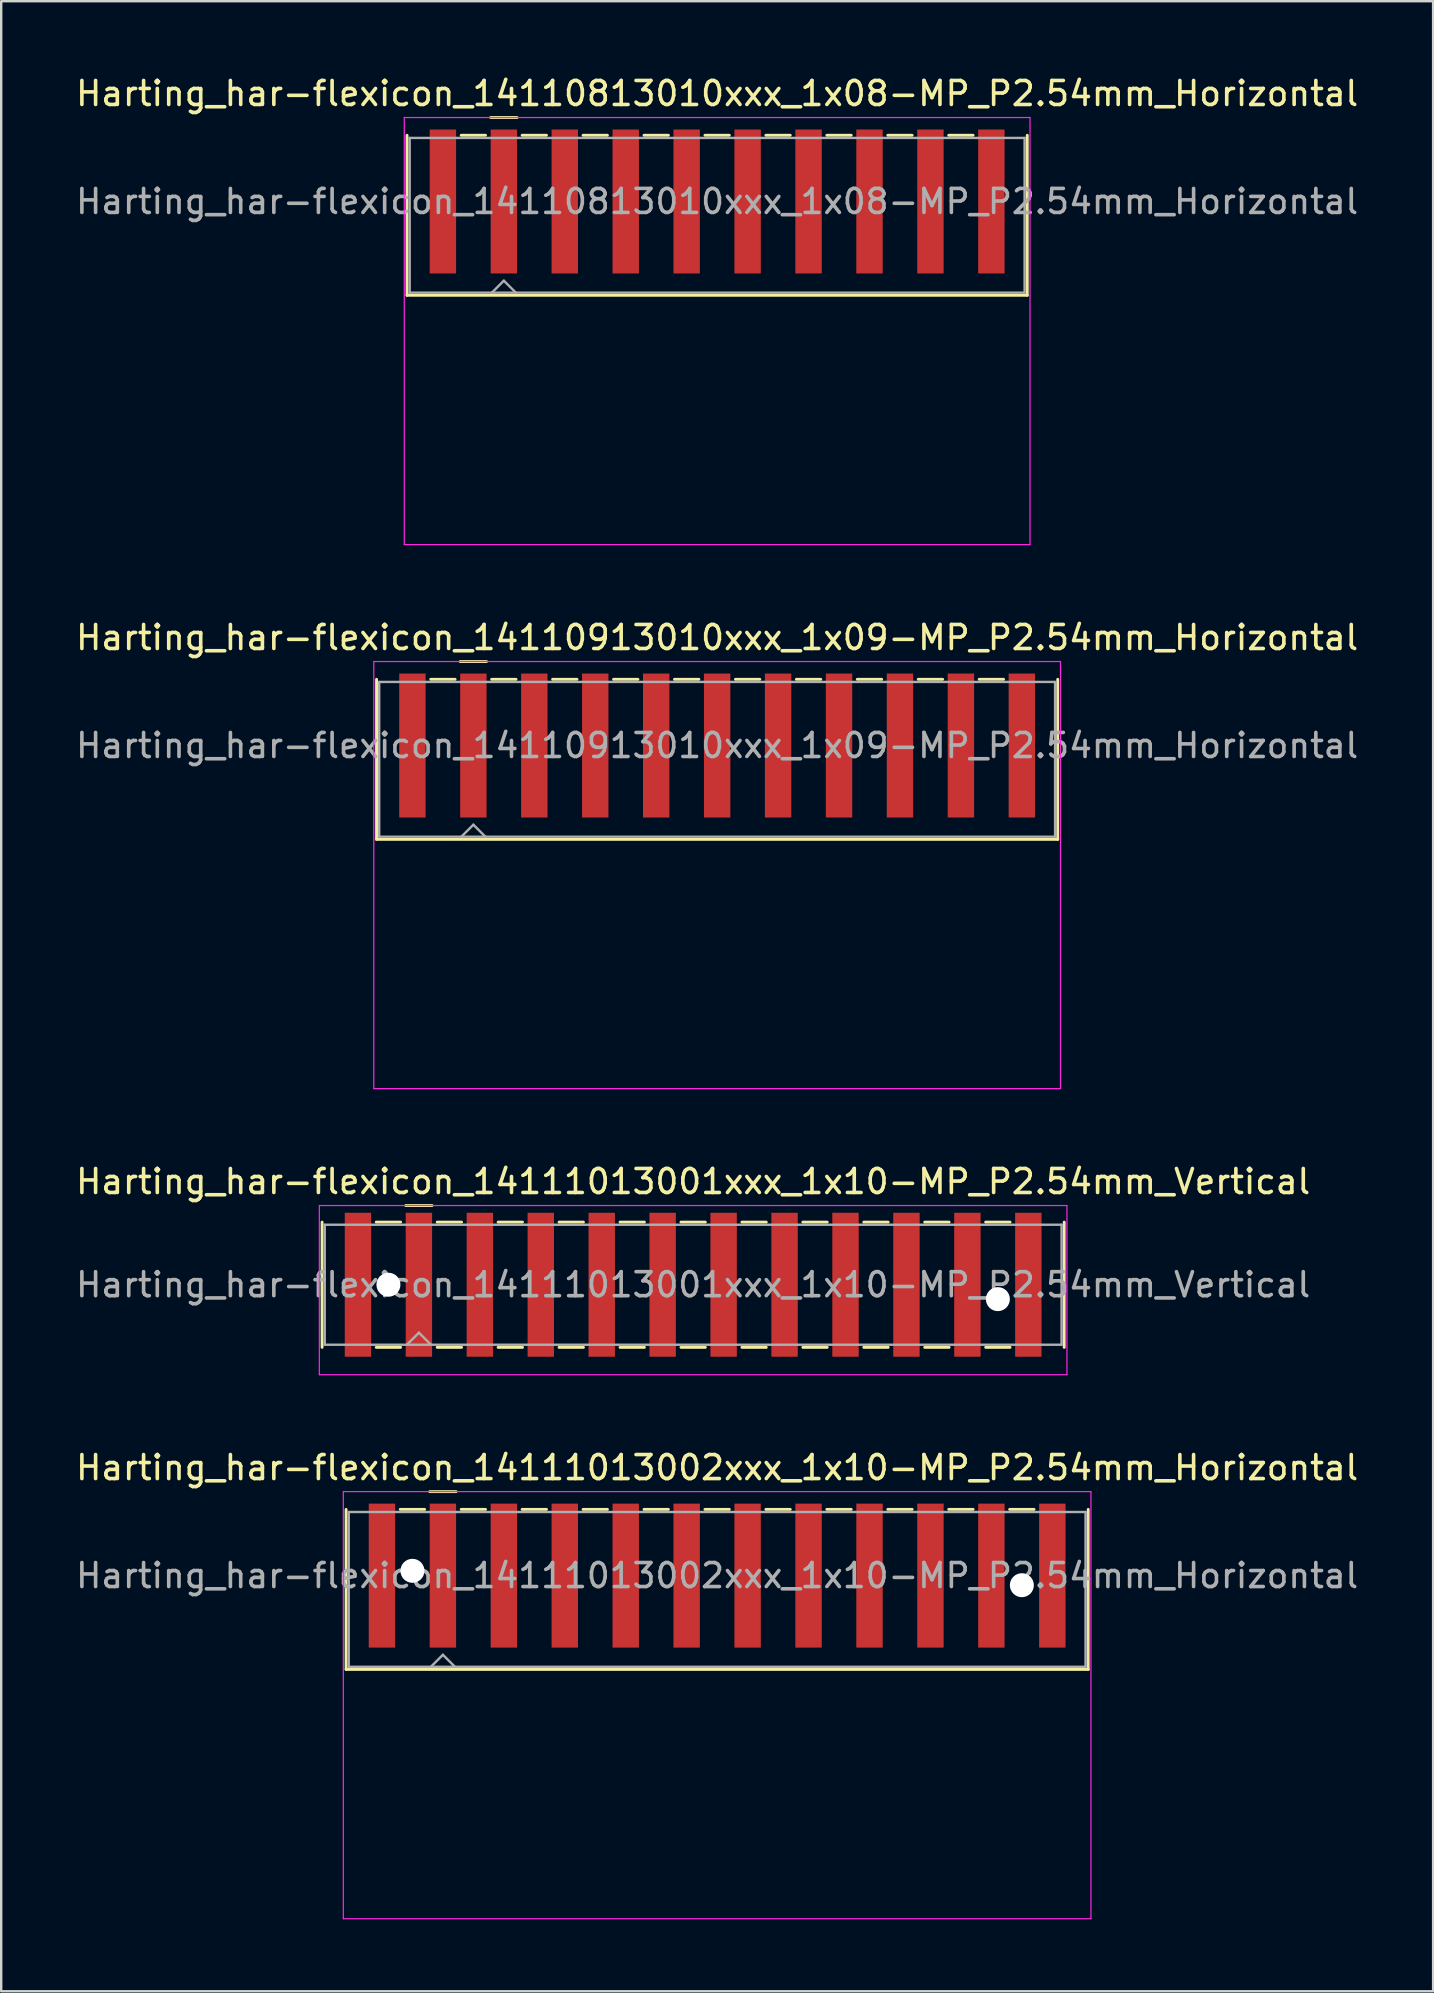
<source format=kicad_pcb>
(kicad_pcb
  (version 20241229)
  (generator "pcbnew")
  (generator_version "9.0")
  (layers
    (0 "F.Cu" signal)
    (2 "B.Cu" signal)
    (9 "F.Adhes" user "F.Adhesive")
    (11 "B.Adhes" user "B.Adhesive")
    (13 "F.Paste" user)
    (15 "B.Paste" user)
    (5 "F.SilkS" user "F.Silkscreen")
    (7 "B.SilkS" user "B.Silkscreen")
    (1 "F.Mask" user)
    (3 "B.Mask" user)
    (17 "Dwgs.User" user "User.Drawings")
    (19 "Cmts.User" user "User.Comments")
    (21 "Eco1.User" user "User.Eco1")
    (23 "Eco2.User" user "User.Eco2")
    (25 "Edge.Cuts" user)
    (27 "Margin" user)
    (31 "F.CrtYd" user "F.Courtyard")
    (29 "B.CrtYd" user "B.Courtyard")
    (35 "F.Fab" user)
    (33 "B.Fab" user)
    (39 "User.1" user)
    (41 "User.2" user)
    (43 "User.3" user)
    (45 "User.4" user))
  (footprint "Harting_har-flexicon_14110913010xxx_1x09-MP_P2.54mm_Horizontal"
    (layer "F.Cu")
    (at 26.839 29.322)
    (property "Reference" "Harting_har-flexicon_14110913010xxx_1x09-MP_P2.54mm_Horizontal" (at 0 -5.8 0) (layer "F.SilkS") (effects (font (size 1 1) (thickness 0.15))))
    (attr smd)
    (fp_line (start -14.195 -4.06) (end -14.195 2.61) (stroke (width 0.12) (type solid)) (layer "F.SilkS"))
    (fp_line (start -11.938 -4.06) (end -10.922 -4.06) (stroke (width 0.12) (type solid)) (layer "F.SilkS"))
    (fp_line (start -10.71 -4.8) (end -9.61 -4.8) (stroke (width 0.12) (type solid)) (layer "F.SilkS"))
    (fp_line (start -9.398 -4.06) (end -8.382 -4.06) (stroke (width 0.12) (type solid)) (layer "F.SilkS"))
    (fp_line (start -6.858 -4.06) (end -5.842 -4.06) (stroke (width 0.12) (type solid)) (layer "F.SilkS"))
    (fp_line (start -4.318 -4.06) (end -3.302 -4.06) (stroke (width 0.12) (type solid)) (layer "F.SilkS"))
    (fp_line (start -1.778 -4.06) (end -0.762 -4.06) (stroke (width 0.12) (type solid)) (layer "F.SilkS"))
    (fp_line (start 0.762 -4.06) (end 1.778 -4.06) (stroke (width 0.12) (type solid)) (layer "F.SilkS"))
    (fp_line (start 3.302 -4.06) (end 4.318 -4.06) (stroke (width 0.12) (type solid)) (layer "F.SilkS"))
    (fp_line (start 5.842 -4.06) (end 6.858 -4.06) (stroke (width 0.12) (type solid)) (layer "F.SilkS"))
    (fp_line (start 8.382 -4.06) (end 9.398 -4.06) (stroke (width 0.12) (type solid)) (layer "F.SilkS"))
    (fp_line (start 10.922 -4.06) (end 11.938 -4.06) (stroke (width 0.12) (type solid)) (layer "F.SilkS"))
    (fp_line (start 14.195 -4.06) (end 14.195 2.61) (stroke (width 0.12) (type solid)) (layer "F.SilkS"))
    (fp_line (start 14.195 2.61) (end -14.195 2.61) (stroke (width 0.12) (type solid)) (layer "F.SilkS"))
    (fp_line (start -14.31 -4.8) (end -14.31 13) (stroke (width 0.05) (type solid)) (layer "F.CrtYd"))
    (fp_line (start -14.31 13) (end 14.31 13) (stroke (width 0.05) (type solid)) (layer "F.CrtYd"))
    (fp_line (start 14.31 -4.8) (end -14.31 -4.8) (stroke (width 0.05) (type solid)) (layer "F.CrtYd"))
    (fp_line (start 14.31 13) (end 14.31 -4.8) (stroke (width 0.05) (type solid)) (layer "F.CrtYd"))
    (fp_line (start -14.085 -3.95) (end -14.085 2.5) (stroke (width 0.1) (type solid)) (layer "F.Fab"))
    (fp_line (start -14.085 2.5) (end 14.085 2.5) (stroke (width 0.1) (type solid)) (layer "F.Fab"))
    (fp_line (start -10.66 2.5) (end -10.16 2) (stroke (width 0.1) (type solid)) (layer "F.Fab"))
    (fp_line (start -10.16 2) (end -9.66 2.5) (stroke (width 0.1) (type solid)) (layer "F.Fab"))
    (fp_line (start 14.085 -3.95) (end -14.085 -3.95) (stroke (width 0.1) (type solid)) (layer "F.Fab"))
    (fp_line (start 14.085 2.5) (end 14.085 -3.95) (stroke (width 0.1) (type solid)) (layer "F.Fab"))
    (fp_text user "${REFERENCE}" (at 0 -1.3 0) (layer "F.Fab") (effects (font (size 1 1) (thickness 0.15))))
    (pad "1" smd rect (at -10.16 -1.3) (size 1.1 6) (layers "F.Cu" "F.Mask" "F.Paste"))
    (pad "2" smd rect (at -7.62 -1.3) (size 1.1 6) (layers "F.Cu" "F.Mask" "F.Paste"))
    (pad "3" smd rect (at -5.08 -1.3) (size 1.1 6) (layers "F.Cu" "F.Mask" "F.Paste"))
    (pad "4" smd rect (at -2.54 -1.3) (size 1.1 6) (layers "F.Cu" "F.Mask" "F.Paste"))
    (pad "5" smd rect (at 0 -1.3) (size 1.1 6) (layers "F.Cu" "F.Mask" "F.Paste"))
    (pad "6" smd rect (at 2.54 -1.3) (size 1.1 6) (layers "F.Cu" "F.Mask" "F.Paste"))
    (pad "7" smd rect (at 5.08 -1.3) (size 1.1 6) (layers "F.Cu" "F.Mask" "F.Paste"))
    (pad "8" smd rect (at 7.62 -1.3) (size 1.1 6) (layers "F.Cu" "F.Mask" "F.Paste"))
    (pad "9" smd rect (at 10.16 -1.3) (size 1.1 6) (layers "F.Cu" "F.Mask" "F.Paste"))
    (pad "MP" smd rect (at -12.7 -1.3) (size 1.1 6) (layers "F.Cu" "F.Mask" "F.Paste"))
    (pad "MP" smd rect (at 12.7 -1.3) (size 1.1 6) (layers "F.Cu" "F.Mask" "F.Paste")))
  (footprint "Harting_har-flexicon_14111013001xxx_1x10-MP_P2.54mm_Vertical"
    (layer "F.Cu")
    (at 25.839 50.495)
    (property "Reference" "Harting_har-flexicon_14111013001xxx_1x10-MP_P2.54mm_Vertical" (at 0 -4.3 0) (layer "F.SilkS") (effects (font (size 1 1) (thickness 0.15))))
    (attr smd)
    (fp_line (start -15.465 -2.61) (end -15.465 2.61) (stroke (width 0.12) (type solid)) (layer "F.SilkS"))
    (fp_line (start -13.208 -2.61) (end -12.192 -2.61) (stroke (width 0.12) (type solid)) (layer "F.SilkS"))
    (fp_line (start -13.208 2.61) (end -12.192 2.61) (stroke (width 0.12) (type solid)) (layer "F.SilkS"))
    (fp_line (start -11.98 -3.3) (end -10.88 -3.3) (stroke (width 0.12) (type solid)) (layer "F.SilkS"))
    (fp_line (start -10.668 -2.61) (end -9.652 -2.61) (stroke (width 0.12) (type solid)) (layer "F.SilkS"))
    (fp_line (start -10.668 2.61) (end -9.652 2.61) (stroke (width 0.12) (type solid)) (layer "F.SilkS"))
    (fp_line (start -8.128 -2.61) (end -7.112 -2.61) (stroke (width 0.12) (type solid)) (layer "F.SilkS"))
    (fp_line (start -8.128 2.61) (end -7.112 2.61) (stroke (width 0.12) (type solid)) (layer "F.SilkS"))
    (fp_line (start -5.588 -2.61) (end -4.572 -2.61) (stroke (width 0.12) (type solid)) (layer "F.SilkS"))
    (fp_line (start -5.588 2.61) (end -4.572 2.61) (stroke (width 0.12) (type solid)) (layer "F.SilkS"))
    (fp_line (start -3.048 -2.61) (end -2.032 -2.61) (stroke (width 0.12) (type solid)) (layer "F.SilkS"))
    (fp_line (start -3.048 2.61) (end -2.032 2.61) (stroke (width 0.12) (type solid)) (layer "F.SilkS"))
    (fp_line (start -0.508 -2.61) (end 0.508 -2.61) (stroke (width 0.12) (type solid)) (layer "F.SilkS"))
    (fp_line (start -0.508 2.61) (end 0.508 2.61) (stroke (width 0.12) (type solid)) (layer "F.SilkS"))
    (fp_line (start 2.032 -2.61) (end 3.048 -2.61) (stroke (width 0.12) (type solid)) (layer "F.SilkS"))
    (fp_line (start 2.032 2.61) (end 3.048 2.61) (stroke (width 0.12) (type solid)) (layer "F.SilkS"))
    (fp_line (start 4.572 -2.61) (end 5.588 -2.61) (stroke (width 0.12) (type solid)) (layer "F.SilkS"))
    (fp_line (start 4.572 2.61) (end 5.588 2.61) (stroke (width 0.12) (type solid)) (layer "F.SilkS"))
    (fp_line (start 7.112 -2.61) (end 8.128 -2.61) (stroke (width 0.12) (type solid)) (layer "F.SilkS"))
    (fp_line (start 7.112 2.61) (end 8.128 2.61) (stroke (width 0.12) (type solid)) (layer "F.SilkS"))
    (fp_line (start 9.652 -2.61) (end 10.668 -2.61) (stroke (width 0.12) (type solid)) (layer "F.SilkS"))
    (fp_line (start 9.652 2.61) (end 10.668 2.61) (stroke (width 0.12) (type solid)) (layer "F.SilkS"))
    (fp_line (start 12.192 -2.61) (end 13.208 -2.61) (stroke (width 0.12) (type solid)) (layer "F.SilkS"))
    (fp_line (start 12.192 2.61) (end 13.208 2.61) (stroke (width 0.12) (type solid)) (layer "F.SilkS"))
    (fp_line (start 15.465 -2.61) (end 15.465 2.61) (stroke (width 0.12) (type solid)) (layer "F.SilkS"))
    (fp_line (start -15.58 -3.3) (end -15.58 3.75) (stroke (width 0.05) (type solid)) (layer "F.CrtYd"))
    (fp_line (start -15.58 3.75) (end 15.58 3.75) (stroke (width 0.05) (type solid)) (layer "F.CrtYd"))
    (fp_line (start 15.58 -3.3) (end -15.58 -3.3) (stroke (width 0.05) (type solid)) (layer "F.CrtYd"))
    (fp_line (start 15.58 3.75) (end 15.58 -3.3) (stroke (width 0.05) (type solid)) (layer "F.CrtYd"))
    (fp_line (start -15.355 -2.5) (end -15.355 2.5) (stroke (width 0.1) (type solid)) (layer "F.Fab"))
    (fp_line (start -15.355 2.5) (end 15.355 2.5) (stroke (width 0.1) (type solid)) (layer "F.Fab"))
    (fp_line (start -11.93 2.5) (end -11.43 2) (stroke (width 0.1) (type solid)) (layer "F.Fab"))
    (fp_line (start -11.43 2) (end -10.93 2.5) (stroke (width 0.1) (type solid)) (layer "F.Fab"))
    (fp_line (start 15.355 -2.5) (end -15.355 -2.5) (stroke (width 0.1) (type solid)) (layer "F.Fab"))
    (fp_line (start 15.355 2.5) (end 15.355 -2.5) (stroke (width 0.1) (type solid)) (layer "F.Fab"))
    (fp_text user "${REFERENCE}" (at 0 0 0) (layer "F.Fab") (effects (font (size 1 1) (thickness 0.15))))
    (pad "" np_thru_hole circle (at -12.7 0) (size 1 1) (drill 1) (layers "*.Cu" "*.Mask"))
    (pad "" np_thru_hole circle (at 12.7 0.6) (size 1 1) (drill 1) (layers "*.Cu" "*.Mask"))
    (pad "1" smd rect (at -11.43 0) (size 1.1 6) (layers "F.Cu" "F.Mask" "F.Paste"))
    (pad "2" smd rect (at -8.89 0) (size 1.1 6) (layers "F.Cu" "F.Mask" "F.Paste"))
    (pad "3" smd rect (at -6.35 0) (size 1.1 6) (layers "F.Cu" "F.Mask" "F.Paste"))
    (pad "4" smd rect (at -3.81 0) (size 1.1 6) (layers "F.Cu" "F.Mask" "F.Paste"))
    (pad "5" smd rect (at -1.27 0) (size 1.1 6) (layers "F.Cu" "F.Mask" "F.Paste"))
    (pad "6" smd rect (at 1.27 0) (size 1.1 6) (layers "F.Cu" "F.Mask" "F.Paste"))
    (pad "7" smd rect (at 3.81 0) (size 1.1 6) (layers "F.Cu" "F.Mask" "F.Paste"))
    (pad "8" smd rect (at 6.35 0) (size 1.1 6) (layers "F.Cu" "F.Mask" "F.Paste"))
    (pad "9" smd rect (at 8.89 0) (size 1.1 6) (layers "F.Cu" "F.Mask" "F.Paste"))
    (pad "10" smd rect (at 11.43 0) (size 1.1 6) (layers "F.Cu" "F.Mask" "F.Paste"))
    (pad "MP" smd rect (at -13.97 0) (size 1.1 6) (layers "F.Cu" "F.Mask" "F.Paste"))
    (pad "MP" smd rect (at 13.97 0) (size 1.1 6) (layers "F.Cu" "F.Mask" "F.Paste")))
  (footprint "Harting_har-flexicon_14111013002xxx_1x10-MP_P2.54mm_Horizontal"
    (layer "F.Cu")
    (at 26.839 63.918)
    (property "Reference" "Harting_har-flexicon_14111013002xxx_1x10-MP_P2.54mm_Horizontal" (at 0 -5.8 0) (layer "F.SilkS") (effects (font (size 1 1) (thickness 0.15))))
    (attr smd)
    (fp_line (start -15.465 -4.06) (end -15.465 2.61) (stroke (width 0.12) (type solid)) (layer "F.SilkS"))
    (fp_line (start -13.208 -4.06) (end -12.192 -4.06) (stroke (width 0.12) (type solid)) (layer "F.SilkS"))
    (fp_line (start -11.98 -4.8) (end -10.88 -4.8) (stroke (width 0.12) (type solid)) (layer "F.SilkS"))
    (fp_line (start -10.668 -4.06) (end -9.652 -4.06) (stroke (width 0.12) (type solid)) (layer "F.SilkS"))
    (fp_line (start -8.128 -4.06) (end -7.112 -4.06) (stroke (width 0.12) (type solid)) (layer "F.SilkS"))
    (fp_line (start -5.588 -4.06) (end -4.572 -4.06) (stroke (width 0.12) (type solid)) (layer "F.SilkS"))
    (fp_line (start -3.048 -4.06) (end -2.032 -4.06) (stroke (width 0.12) (type solid)) (layer "F.SilkS"))
    (fp_line (start -0.508 -4.06) (end 0.508 -4.06) (stroke (width 0.12) (type solid)) (layer "F.SilkS"))
    (fp_line (start 2.032 -4.06) (end 3.048 -4.06) (stroke (width 0.12) (type solid)) (layer "F.SilkS"))
    (fp_line (start 4.572 -4.06) (end 5.588 -4.06) (stroke (width 0.12) (type solid)) (layer "F.SilkS"))
    (fp_line (start 7.112 -4.06) (end 8.128 -4.06) (stroke (width 0.12) (type solid)) (layer "F.SilkS"))
    (fp_line (start 9.652 -4.06) (end 10.668 -4.06) (stroke (width 0.12) (type solid)) (layer "F.SilkS"))
    (fp_line (start 12.192 -4.06) (end 13.208 -4.06) (stroke (width 0.12) (type solid)) (layer "F.SilkS"))
    (fp_line (start 15.465 -4.06) (end 15.465 2.61) (stroke (width 0.12) (type solid)) (layer "F.SilkS"))
    (fp_line (start 15.465 2.61) (end -15.465 2.61) (stroke (width 0.12) (type solid)) (layer "F.SilkS"))
    (fp_line (start -15.58 -4.8) (end -15.58 13) (stroke (width 0.05) (type solid)) (layer "F.CrtYd"))
    (fp_line (start -15.58 13) (end 15.58 13) (stroke (width 0.05) (type solid)) (layer "F.CrtYd"))
    (fp_line (start 15.58 -4.8) (end -15.58 -4.8) (stroke (width 0.05) (type solid)) (layer "F.CrtYd"))
    (fp_line (start 15.58 13) (end 15.58 -4.8) (stroke (width 0.05) (type solid)) (layer "F.CrtYd"))
    (fp_line (start -15.355 -3.95) (end -15.355 2.5) (stroke (width 0.1) (type solid)) (layer "F.Fab"))
    (fp_line (start -15.355 2.5) (end 15.355 2.5) (stroke (width 0.1) (type solid)) (layer "F.Fab"))
    (fp_line (start -11.93 2.5) (end -11.43 2) (stroke (width 0.1) (type solid)) (layer "F.Fab"))
    (fp_line (start -11.43 2) (end -10.93 2.5) (stroke (width 0.1) (type solid)) (layer "F.Fab"))
    (fp_line (start 15.355 -3.95) (end -15.355 -3.95) (stroke (width 0.1) (type solid)) (layer "F.Fab"))
    (fp_line (start 15.355 2.5) (end 15.355 -3.95) (stroke (width 0.1) (type solid)) (layer "F.Fab"))
    (fp_text user "${REFERENCE}" (at 0 -1.3 0) (layer "F.Fab") (effects (font (size 1 1) (thickness 0.15))))
    (pad "" np_thru_hole circle (at -12.7 -1.5) (size 1 1) (drill 1) (layers "*.Cu" "*.Mask"))
    (pad "" np_thru_hole circle (at 12.7 -0.9) (size 1 1) (drill 1) (layers "*.Cu" "*.Mask"))
    (pad "1" smd rect (at -11.43 -1.3) (size 1.1 6) (layers "F.Cu" "F.Mask" "F.Paste"))
    (pad "2" smd rect (at -8.89 -1.3) (size 1.1 6) (layers "F.Cu" "F.Mask" "F.Paste"))
    (pad "3" smd rect (at -6.35 -1.3) (size 1.1 6) (layers "F.Cu" "F.Mask" "F.Paste"))
    (pad "4" smd rect (at -3.81 -1.3) (size 1.1 6) (layers "F.Cu" "F.Mask" "F.Paste"))
    (pad "5" smd rect (at -1.27 -1.3) (size 1.1 6) (layers "F.Cu" "F.Mask" "F.Paste"))
    (pad "6" smd rect (at 1.27 -1.3) (size 1.1 6) (layers "F.Cu" "F.Mask" "F.Paste"))
    (pad "7" smd rect (at 3.81 -1.3) (size 1.1 6) (layers "F.Cu" "F.Mask" "F.Paste"))
    (pad "8" smd rect (at 6.35 -1.3) (size 1.1 6) (layers "F.Cu" "F.Mask" "F.Paste"))
    (pad "9" smd rect (at 8.89 -1.3) (size 1.1 6) (layers "F.Cu" "F.Mask" "F.Paste"))
    (pad "10" smd rect (at 11.43 -1.3) (size 1.1 6) (layers "F.Cu" "F.Mask" "F.Paste"))
    (pad "MP" smd rect (at -13.97 -1.3) (size 1.1 6) (layers "F.Cu" "F.Mask" "F.Paste"))
    (pad "MP" smd rect (at 13.97 -1.3) (size 1.1 6) (layers "F.Cu" "F.Mask" "F.Paste")))
  (footprint "Harting_har-flexicon_14110813010xxx_1x08-MP_P2.54mm_Horizontal"
    (layer "F.Cu")
    (at 26.839 6.648)
    (property "Reference" "Harting_har-flexicon_14110813010xxx_1x08-MP_P2.54mm_Horizontal" (at 0 -5.8 0) (layer "F.SilkS") (effects (font (size 1 1) (thickness 0.15))))
    (attr smd)
    (fp_line (start -12.925 -4.06) (end -12.925 2.61) (stroke (width 0.12) (type solid)) (layer "F.SilkS"))
    (fp_line (start -10.668 -4.06) (end -9.652 -4.06) (stroke (width 0.12) (type solid)) (layer "F.SilkS"))
    (fp_line (start -9.44 -4.8) (end -8.34 -4.8) (stroke (width 0.12) (type solid)) (layer "F.SilkS"))
    (fp_line (start -8.128 -4.06) (end -7.112 -4.06) (stroke (width 0.12) (type solid)) (layer "F.SilkS"))
    (fp_line (start -5.588 -4.06) (end -4.572 -4.06) (stroke (width 0.12) (type solid)) (layer "F.SilkS"))
    (fp_line (start -3.048 -4.06) (end -2.032 -4.06) (stroke (width 0.12) (type solid)) (layer "F.SilkS"))
    (fp_line (start -0.508 -4.06) (end 0.508 -4.06) (stroke (width 0.12) (type solid)) (layer "F.SilkS"))
    (fp_line (start 2.032 -4.06) (end 3.048 -4.06) (stroke (width 0.12) (type solid)) (layer "F.SilkS"))
    (fp_line (start 4.572 -4.06) (end 5.588 -4.06) (stroke (width 0.12) (type solid)) (layer "F.SilkS"))
    (fp_line (start 7.112 -4.06) (end 8.128 -4.06) (stroke (width 0.12) (type solid)) (layer "F.SilkS"))
    (fp_line (start 9.652 -4.06) (end 10.668 -4.06) (stroke (width 0.12) (type solid)) (layer "F.SilkS"))
    (fp_line (start 12.925 -4.06) (end 12.925 2.61) (stroke (width 0.12) (type solid)) (layer "F.SilkS"))
    (fp_line (start 12.925 2.61) (end -12.925 2.61) (stroke (width 0.12) (type solid)) (layer "F.SilkS"))
    (fp_line (start -13.04 -4.8) (end -13.04 13) (stroke (width 0.05) (type solid)) (layer "F.CrtYd"))
    (fp_line (start -13.04 13) (end 13.04 13) (stroke (width 0.05) (type solid)) (layer "F.CrtYd"))
    (fp_line (start 13.04 -4.8) (end -13.04 -4.8) (stroke (width 0.05) (type solid)) (layer "F.CrtYd"))
    (fp_line (start 13.04 13) (end 13.04 -4.8) (stroke (width 0.05) (type solid)) (layer "F.CrtYd"))
    (fp_line (start -12.815 -3.95) (end -12.815 2.5) (stroke (width 0.1) (type solid)) (layer "F.Fab"))
    (fp_line (start -12.815 2.5) (end 12.815 2.5) (stroke (width 0.1) (type solid)) (layer "F.Fab"))
    (fp_line (start -9.39 2.5) (end -8.89 2) (stroke (width 0.1) (type solid)) (layer "F.Fab"))
    (fp_line (start -8.89 2) (end -8.39 2.5) (stroke (width 0.1) (type solid)) (layer "F.Fab"))
    (fp_line (start 12.815 -3.95) (end -12.815 -3.95) (stroke (width 0.1) (type solid)) (layer "F.Fab"))
    (fp_line (start 12.815 2.5) (end 12.815 -3.95) (stroke (width 0.1) (type solid)) (layer "F.Fab"))
    (fp_text user "${REFERENCE}" (at 0 -1.3 0) (layer "F.Fab") (effects (font (size 1 1) (thickness 0.15))))
    (pad "1" smd rect (at -8.89 -1.3) (size 1.1 6) (layers "F.Cu" "F.Mask" "F.Paste"))
    (pad "2" smd rect (at -6.35 -1.3) (size 1.1 6) (layers "F.Cu" "F.Mask" "F.Paste"))
    (pad "3" smd rect (at -3.81 -1.3) (size 1.1 6) (layers "F.Cu" "F.Mask" "F.Paste"))
    (pad "4" smd rect (at -1.27 -1.3) (size 1.1 6) (layers "F.Cu" "F.Mask" "F.Paste"))
    (pad "5" smd rect (at 1.27 -1.3) (size 1.1 6) (layers "F.Cu" "F.Mask" "F.Paste"))
    (pad "6" smd rect (at 3.81 -1.3) (size 1.1 6) (layers "F.Cu" "F.Mask" "F.Paste"))
    (pad "7" smd rect (at 6.35 -1.3) (size 1.1 6) (layers "F.Cu" "F.Mask" "F.Paste"))
    (pad "8" smd rect (at 8.89 -1.3) (size 1.1 6) (layers "F.Cu" "F.Mask" "F.Paste"))
    (pad "MP" smd rect (at -11.43 -1.3) (size 1.1 6) (layers "F.Cu" "F.Mask" "F.Paste"))
    (pad "MP" smd rect (at 11.43 -1.3) (size 1.1 6) (layers "F.Cu" "F.Mask" "F.Paste")))
  (gr_rect
    (start -3 -3)
    (end 56.679 79.943)
    (stroke (width 0.1) (type default))
    (fill no)
    (layer "Edge.Cuts")))
</source>
